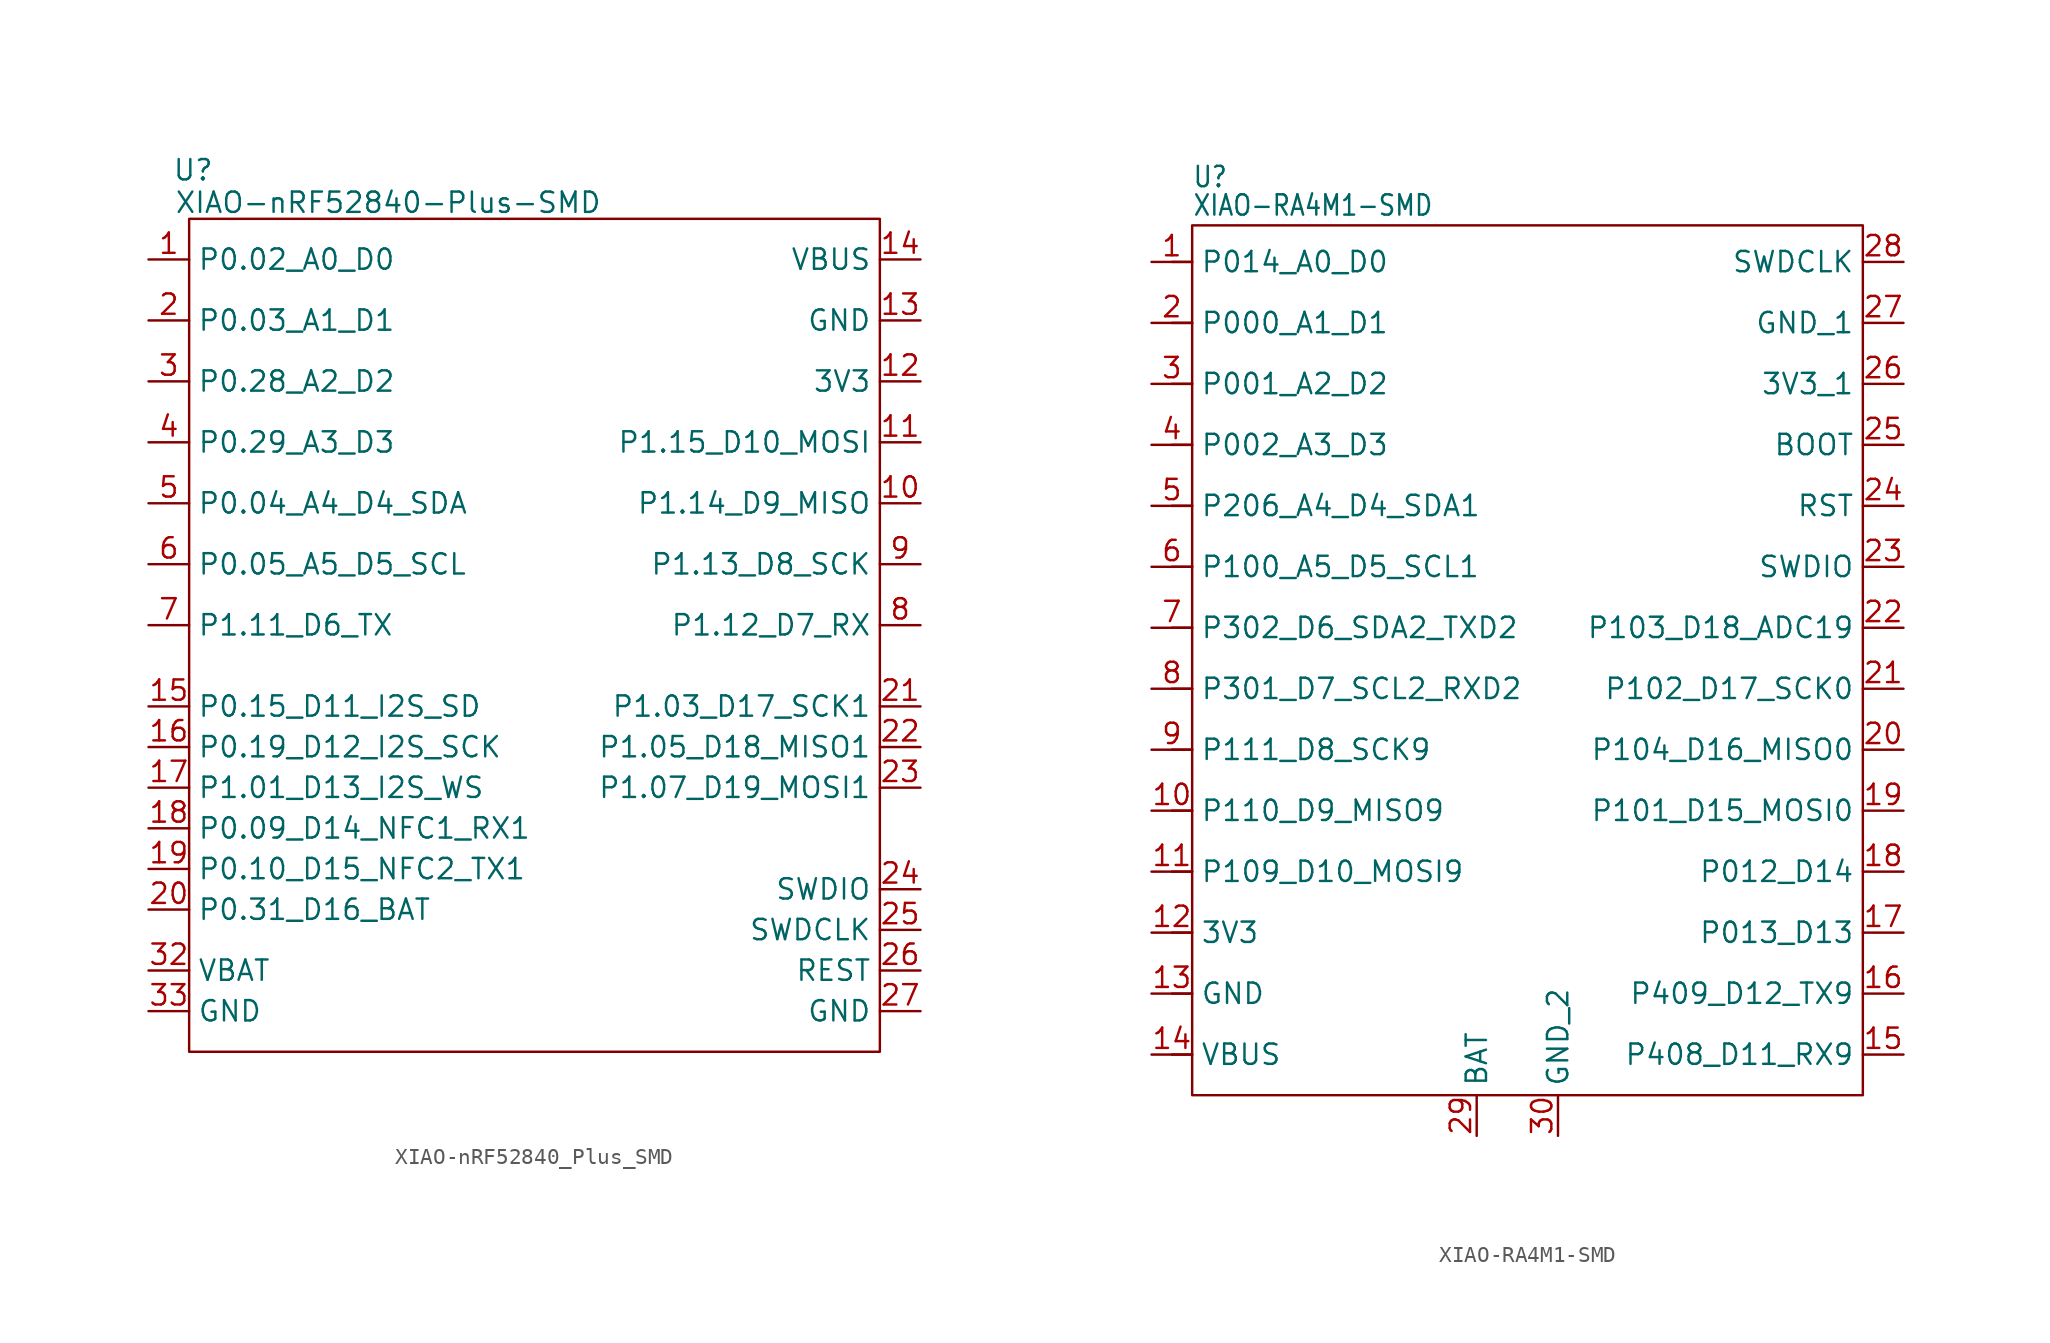
<source format=kicad_sym>
(kicad_symbol_lib
  (version 20241209)
  (generator "kicad_symbol_editor")
  (generator_version "9.0")
  (symbol "XIAO-nRF52840_Plus_SMD"
    (property "Reference" "U"
      (at 0.254 3.048 0)
      (effects (font (size 1.27 1.27))))
    (property "Value" "XIAO-nRF52840-Plus-SMD"
      (at 12.446 1.016 0)
      (effects (font (size 1.27 1.27))))
    (symbol "XIAO-nRF52840_Plus_SMD_0_1"
      (rectangle (start 0 0) (end 43.18 -52.07) (stroke (width 0) (type default)) (fill (type none))))
    (symbol "XIAO-nRF52840_Plus_SMD_1_0"
      (pin passive line (at -2.54 -2.54 0) (length 2.54) (name "P0.02_A0_D0" (effects (font (size 1.27 1.27)))) (number "1" (effects (font (size 1.27 1.27)))))
      (pin passive line (at -2.54 -6.35 0) (length 2.54) (name "P0.03_A1_D1" (effects (font (size 1.27 1.27)))) (number "2" (effects (font (size 1.27 1.27)))))
      (pin passive line (at -2.54 -10.16 0) (length 2.54) (name "P0.28_A2_D2" (effects (font (size 1.27 1.27)))) (number "3" (effects (font (size 1.27 1.27)))))
      (pin passive line (at -2.54 -13.97 0) (length 2.54) (name "P0.29_A3_D3" (effects (font (size 1.27 1.27)))) (number "4" (effects (font (size 1.27 1.27)))))
      (pin passive line (at -2.54 -17.78 0) (length 2.54) (name "P0.04_A4_D4_SDA" (effects (font (size 1.27 1.27)))) (number "5" (effects (font (size 1.27 1.27)))))
      (pin passive line (at -2.54 -21.59 0) (length 2.54) (name "P0.05_A5_D5_SCL" (effects (font (size 1.27 1.27)))) (number "6" (effects (font (size 1.27 1.27)))))
      (pin passive line (at -2.54 -25.4 0) (length 2.54) (name "P1.11_D6_TX" (effects (font (size 1.27 1.27)))) (number "7" (effects (font (size 1.27 1.27)))))
      (pin passive line (at 45.72 -2.54 180) (length 2.54) (name "VBUS" (effects (font (size 1.27 1.27)))) (number "14" (effects (font (size 1.27 1.27)))))
      (pin passive line (at 45.72 -6.35 180) (length 2.54) (name "GND" (effects (font (size 1.27 1.27)))) (number "13" (effects (font (size 1.27 1.27)))))
      (pin passive line (at 45.72 -10.16 180) (length 2.54) (name "3V3" (effects (font (size 1.27 1.27)))) (number "12" (effects (font (size 1.27 1.27)))))
      (pin passive line (at 45.72 -13.97 180) (length 2.54) (name "P1.15_D10_MOSI" (effects (font (size 1.27 1.27)))) (number "11" (effects (font (size 1.27 1.27)))))
      (pin passive line (at 45.72 -17.78 180) (length 2.54) (name "P1.14_D9_MISO" (effects (font (size 1.27 1.27)))) (number "10" (effects (font (size 1.27 1.27)))))
      (pin passive line (at 45.72 -21.59 180) (length 2.54) (name "P1.13_D8_SCK" (effects (font (size 1.27 1.27)))) (number "9" (effects (font (size 1.27 1.27)))))
      (pin passive line (at 45.72 -25.4 180) (length 2.54) (name "P1.12_D7_RX" (effects (font (size 1.27 1.27)))) (number "8" (effects (font (size 1.27 1.27))))))
    (symbol "XIAO-nRF52840_Plus_SMD_1_1"
      (pin passive line (at -2.54 -30.48 0) (length 2.54) (name "P0.15_D11_I2S_SD" (effects (font (size 1.27 1.27)))) (number "15" (effects (font (size 1.27 1.27)))))
      (pin passive line (at -2.54 -33.02 0) (length 2.54) (name "P0.19_D12_I2S_SCK" (effects (font (size 1.27 1.27)))) (number "16" (effects (font (size 1.27 1.27)))))
      (pin passive line (at -2.54 -35.56 0) (length 2.54) (name "P1.01_D13_I2S_WS" (effects (font (size 1.27 1.27)))) (number "17" (effects (font (size 1.27 1.27)))))
      (pin passive line (at -2.54 -38.1 0) (length 2.54) (name "P0.09_D14_NFC1_RX1" (effects (font (size 1.27 1.27)))) (number "18" (effects (font (size 1.27 1.27)))))
      (pin passive line (at -2.54 -40.64 0) (length 2.54) (name "P0.10_D15_NFC2_TX1" (effects (font (size 1.27 1.27)))) (number "19" (effects (font (size 1.27 1.27)))))
      (pin passive line (at -2.54 -43.18 0) (length 2.54) (name "P0.31_D16_BAT" (effects (font (size 1.27 1.27)))) (number "20" (effects (font (size 1.27 1.27)))))
      (pin passive line (at -2.54 -46.99 0) (length 2.54) (name "VBAT" (effects (font (size 1.27 1.27)))) (number "32" (effects (font (size 1.27 1.27)))))
      (pin passive line (at -2.54 -49.53 0) (length 2.54) (name "GND" (effects (font (size 1.27 1.27)))) (number "33" (effects (font (size 1.27 1.27)))))
      (pin passive line (at 45.72 -30.48 180) (length 2.54) (name "P1.03_D17_SCK1" (effects (font (size 1.27 1.27)))) (number "21" (effects (font (size 1.27 1.27)))))
      (pin passive line (at 45.72 -33.02 180) (length 2.54) (name "P1.05_D18_MISO1" (effects (font (size 1.27 1.27)))) (number "22" (effects (font (size 1.27 1.27)))))
      (pin passive line (at 45.72 -35.56 180) (length 2.54) (name "P1.07_D19_MOSI1" (effects (font (size 1.27 1.27)))) (number "23" (effects (font (size 1.27 1.27)))))
      (pin passive line (at 45.72 -41.91 180) (length 2.54) (name "SWDIO" (effects (font (size 1.27 1.27)))) (number "24" (effects (font (size 1.27 1.27)))))
      (pin passive line (at 45.72 -44.45 180) (length 2.54) (name "SWDCLK" (effects (font (size 1.27 1.27)))) (number "25" (effects (font (size 1.27 1.27)))))
      (pin passive line (at 45.72 -46.99 180) (length 2.54) (name "REST" (effects (font (size 1.27 1.27)))) (number "26" (effects (font (size 1.27 1.27)))))
      (pin passive line (at 45.72 -49.53 180) (length 2.54) (name "GND" (effects (font (size 1.27 1.27)))) (number "27" (effects (font (size 1.27 1.27)))))))
  (symbol "XIAO-RA4M1-SMD"
    (property "Reference" "U"
      (at -19.05 27.432 0)
      (effects (font (size 1.27 1.079)) (justify left bottom)))
    (property "Value" "XIAO-RA4M1-SMD"
      (at -19.05 25.654 0)
      (effects (font (size 1.27 1.079)) (justify left bottom)))
    (symbol "XIAO-RA4M1-SMD_0_1"
      (rectangle (start -19.05 25.146) (end 22.86 -29.21) (stroke (width 0) (type default)) (fill (type none))))
    (symbol "XIAO-RA4M1-SMD_1_0"
      (polyline (pts (xy -20.32 -3.81) (xy -19.05 -3.81)) (stroke (width 0.152) (type solid)) (fill (type none)))
      (polyline (pts (xy -20.32 -7.62) (xy -19.05 -7.62)) (stroke (width 0.152) (type solid)) (fill (type none)))
      (polyline (pts (xy -20.32 -11.43) (xy -19.05 -11.43)) (stroke (width 0.152) (type solid)) (fill (type none)))
      (polyline (pts (xy -20.32 -15.24) (xy -19.05 -15.24)) (stroke (width 0.152) (type solid)) (fill (type none)))
      (polyline (pts (xy -20.32 -19.05) (xy -19.05 -19.05)) (stroke (width 0.152) (type solid)) (fill (type none)))
      (polyline (pts (xy -20.32 -22.86) (xy -19.05 -22.86)) (stroke (width 0.152) (type solid)) (fill (type none)))
      (polyline (pts (xy -20.32 -26.67) (xy -19.05 -26.67)) (stroke (width 0.152) (type solid)) (fill (type none)))
      (polyline (pts (xy -19.05 22.86) (xy -20.32 22.86)) (stroke (width 0.152) (type solid)) (fill (type none)))
      (polyline (pts (xy -19.05 19.05) (xy -20.32 19.05)) (stroke (width 0.152) (type solid)) (fill (type none)))
      (polyline (pts (xy -19.05 15.24) (xy -20.32 15.24)) (stroke (width 0.152) (type solid)) (fill (type none)))
      (polyline (pts (xy -19.05 11.43) (xy -20.32 11.43)) (stroke (width 0.152) (type solid)) (fill (type none)))
      (polyline (pts (xy -19.05 7.62) (xy -20.32 7.62)) (stroke (width 0.152) (type solid)) (fill (type none)))
      (polyline (pts (xy -19.05 3.81) (xy -20.32 3.81)) (stroke (width 0.152) (type solid)) (fill (type none)))
      (polyline (pts (xy -19.05 0) (xy -20.32 0)) (stroke (width 0.152) (type solid)) (fill (type none)))
      (pin passive line (at -21.59 22.86 0) (length 2.54) (name "P014_A0_D0" (effects (font (size 1.27 1.27)))) (number "1" (effects (font (size 1.27 1.27)))))
      (pin passive line (at -21.59 19.05 0) (length 2.54) (name "P000_A1_D1" (effects (font (size 1.27 1.27)))) (number "2" (effects (font (size 1.27 1.27)))))
      (pin passive line (at -21.59 15.24 0) (length 2.54) (name "P001_A2_D2" (effects (font (size 1.27 1.27)))) (number "3" (effects (font (size 1.27 1.27)))))
      (pin passive line (at -21.59 11.43 0) (length 2.54) (name "P002_A3_D3" (effects (font (size 1.27 1.27)))) (number "4" (effects (font (size 1.27 1.27)))))
      (pin passive line (at -21.59 7.62 0) (length 2.54) (name "P206_A4_D4_SDA1" (effects (font (size 1.27 1.27)))) (number "5" (effects (font (size 1.27 1.27)))))
      (pin passive line (at -21.59 3.81 0) (length 2.54) (name "P100_A5_D5_SCL1" (effects (font (size 1.27 1.27)))) (number "6" (effects (font (size 1.27 1.27)))))
      (pin passive line (at -21.59 0 0) (length 2.54) (name "P302_D6_SDA2_TXD2" (effects (font (size 1.27 1.27)))) (number "7" (effects (font (size 1.27 1.27)))))
      (pin passive line (at -21.59 -3.81 0) (length 2.54) (name "P301_D7_SCL2_RXD2" (effects (font (size 1.27 1.27)))) (number "8" (effects (font (size 1.27 1.27)))))
      (pin passive line (at -21.59 -7.62 0) (length 2.54) (name "P111_D8_SCK9" (effects (font (size 1.27 1.27)))) (number "9" (effects (font (size 1.27 1.27)))))
      (pin passive line (at -21.59 -11.43 0) (length 2.54) (name "P110_D9_MISO9" (effects (font (size 1.27 1.27)))) (number "10" (effects (font (size 1.27 1.27)))))
      (pin passive line (at -21.59 -15.24 0) (length 2.54) (name "P109_D10_MOSI9" (effects (font (size 1.27 1.27)))) (number "11" (effects (font (size 1.27 1.27)))))
      (pin passive line (at -21.59 -19.05 0) (length 2.54) (name "3V3" (effects (font (size 1.27 1.27)))) (number "12" (effects (font (size 1.27 1.27)))))
      (pin passive line (at -21.59 -22.86 0) (length 2.54) (name "GND" (effects (font (size 1.27 1.27)))) (number "13" (effects (font (size 1.27 1.27)))))
      (pin passive line (at -21.59 -26.67 0) (length 2.54) (name "VBUS" (effects (font (size 1.27 1.27)))) (number "14" (effects (font (size 1.27 1.27))))))
    (symbol "XIAO-RA4M1-SMD_1_1"
      (pin passive line (at -1.27 -31.75 90) (length 2.54) (name "BAT" (effects (font (size 1.27 1.27)))) (number "29" (effects (font (size 1.27 1.27)))))
      (pin passive line (at 3.81 -31.75 90) (length 2.54) (name "GND_2" (effects (font (size 1.27 1.27)))) (number "30" (effects (font (size 1.27 1.27)))))
      (pin passive line (at 25.4 22.86 180) (length 2.54) (name "SWDCLK" (effects (font (size 1.27 1.27)))) (number "28" (effects (font (size 1.27 1.27)))))
      (pin passive line (at 25.4 19.05 180) (length 2.54) (name "GND_1" (effects (font (size 1.27 1.27)))) (number "27" (effects (font (size 1.27 1.27)))))
      (pin passive line (at 25.4 15.24 180) (length 2.54) (name "3V3_1" (effects (font (size 1.27 1.27)))) (number "26" (effects (font (size 1.27 1.27)))))
      (pin passive line (at 25.4 11.43 180) (length 2.54) (name "BOOT" (effects (font (size 1.27 1.27)))) (number "25" (effects (font (size 1.27 1.27)))))
      (pin passive line (at 25.4 7.62 180) (length 2.54) (name "RST" (effects (font (size 1.27 1.27)))) (number "24" (effects (font (size 1.27 1.27)))))
      (pin passive line (at 25.4 3.81 180) (length 2.54) (name "SWDIO" (effects (font (size 1.27 1.27)))) (number "23" (effects (font (size 1.27 1.27)))))
      (pin passive line (at 25.4 0 180) (length 2.54) (name "P103_D18_ADC19" (effects (font (size 1.27 1.27)))) (number "22" (effects (font (size 1.27 1.27)))))
      (pin passive line (at 25.4 -3.81 180) (length 2.54) (name "P102_D17_SCK0" (effects (font (size 1.27 1.27)))) (number "21" (effects (font (size 1.27 1.27)))))
      (pin passive line (at 25.4 -7.62 180) (length 2.54) (name "P104_D16_MISO0" (effects (font (size 1.27 1.27)))) (number "20" (effects (font (size 1.27 1.27)))))
      (pin passive line (at 25.4 -11.43 180) (length 2.54) (name "P101_D15_MOSI0" (effects (font (size 1.27 1.27)))) (number "19" (effects (font (size 1.27 1.27)))))
      (pin passive line (at 25.4 -15.24 180) (length 2.54) (name "P012_D14" (effects (font (size 1.27 1.27)))) (number "18" (effects (font (size 1.27 1.27)))))
      (pin passive line (at 25.4 -19.05 180) (length 2.54) (name "P013_D13" (effects (font (size 1.27 1.27)))) (number "17" (effects (font (size 1.27 1.27)))))
      (pin passive line (at 25.4 -22.86 180) (length 2.54) (name "P409_D12_TX9" (effects (font (size 1.27 1.27)))) (number "16" (effects (font (size 1.27 1.27)))))
      (pin passive line (at 25.4 -26.67 180) (length 2.54) (name "P408_D11_RX9" (effects (font (size 1.27 1.27)))) (number "15" (effects (font (size 1.27 1.27))))))))
</source>
